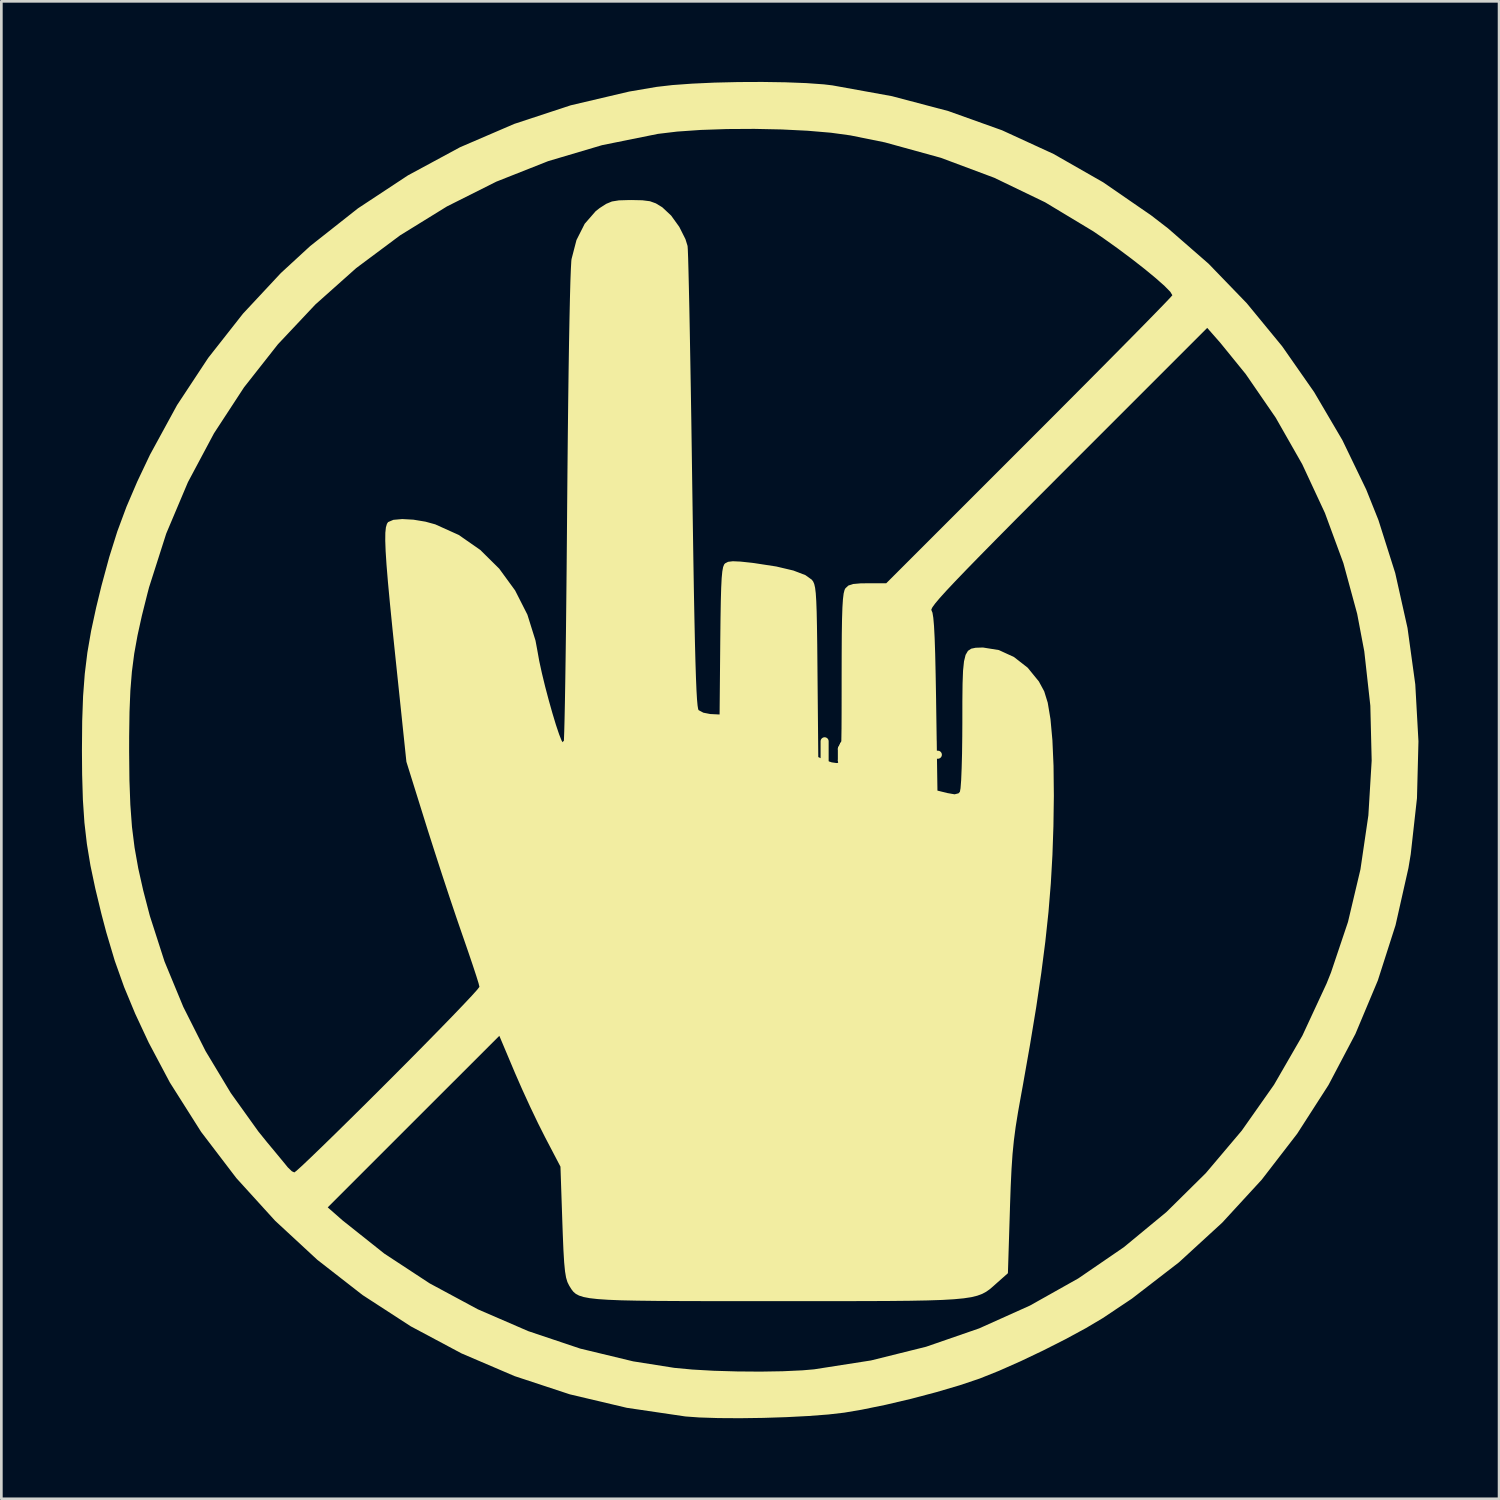
<source format=kicad_pcb>
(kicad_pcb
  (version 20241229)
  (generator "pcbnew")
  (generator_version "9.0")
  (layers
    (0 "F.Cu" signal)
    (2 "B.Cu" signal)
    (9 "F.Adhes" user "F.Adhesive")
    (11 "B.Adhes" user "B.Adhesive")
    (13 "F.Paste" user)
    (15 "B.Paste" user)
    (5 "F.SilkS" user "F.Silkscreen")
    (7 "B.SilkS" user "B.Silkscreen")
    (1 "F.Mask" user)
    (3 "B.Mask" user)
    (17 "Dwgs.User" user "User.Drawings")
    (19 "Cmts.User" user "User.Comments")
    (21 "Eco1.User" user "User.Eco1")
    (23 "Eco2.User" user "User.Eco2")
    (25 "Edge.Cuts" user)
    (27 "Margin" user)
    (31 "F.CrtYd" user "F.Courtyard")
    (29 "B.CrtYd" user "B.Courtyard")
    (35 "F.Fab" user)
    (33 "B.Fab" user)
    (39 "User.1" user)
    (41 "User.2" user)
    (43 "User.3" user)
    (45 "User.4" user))
  (footprint "doNotTouch4"
    (layer "F.Cu")
    (at 24.856 24.862)
    (property "Reference" "doNotTouch4" (at 0 0 0) (layer "F.SilkS") (effects (font (size 1.5 1.5) (thickness 0.3))))
    (attr board_only exclude_from_pos_files exclude_from_bom)
    (fp_poly (pts (xy 1.323 -24.849) (xy 2.103 -24.819) (xy 2.76 -24.772) (xy 3.077 -24.734) (xy 5.291 -24.333) (xy 7.391 -23.778) (xy 9.392 -23.062) (xy 11.308 -22.181) (xy 13.153 -21.127) (xy 14.942 -19.894) (xy 15.567 -19.412) (xy 17.075 -18.098) (xy 18.497 -16.627) (xy 19.814 -15.025) (xy 21.006 -13.318) (xy 22.056 -11.531) (xy 22.944 -9.691) (xy 23.399 -8.554) (xy 24.023 -6.585) (xy 24.481 -4.538) (xy 24.77 -2.44) (xy 24.888 -0.319) (xy 24.833 1.797) (xy 24.601 3.879) (xy 24.515 4.396) (xy 24.036 6.521) (xy 23.376 8.581) (xy 22.542 10.569) (xy 21.539 12.473) (xy 20.374 14.285) (xy 19.054 15.996) (xy 17.584 17.595) (xy 15.972 19.073) (xy 14.224 20.422) (xy 13.139 21.147) (xy 12.511 21.52) (xy 11.755 21.93) (xy 10.926 22.35) (xy 10.082 22.752) (xy 9.276 23.109) (xy 8.567 23.393) (xy 8.554 23.398) (xy 7.817 23.646) (xy 6.948 23.902) (xy 6.009 24.15) (xy 5.061 24.373) (xy 4.167 24.556) (xy 3.517 24.666) (xy 2.928 24.734) (xy 2.196 24.79) (xy 1.372 24.833) (xy 0.504 24.861) (xy -0.361 24.873) (xy -1.172 24.868) (xy -1.882 24.845) (xy -2.393 24.808) (xy -4.576 24.486) (xy -6.699 23.984) (xy -8.753 23.306) (xy -10.73 22.46) (xy -12.619 21.452) (xy -14.411 20.289) (xy -16.096 18.977) (xy -17.666 17.524) (xy -18.119 17.026) (xy -15.708 17.026) (xy -15.157 17.51) (xy -13.6 18.748) (xy -11.913 19.855) (xy -10.12 20.82) (xy -8.245 21.632) (xy -6.31 22.282) (xy -4.339 22.757) (xy -2.808 22.999) (xy -2.136 23.062) (xy -1.34 23.107) (xy -0.478 23.132) (xy 0.397 23.139) (xy 1.228 23.125) (xy 1.96 23.091) (xy 2.393 23.054) (xy 4.512 22.723) (xy 6.563 22.213) (xy 8.538 21.53) (xy 10.429 20.68) (xy 12.227 19.67) (xy 13.923 18.508) (xy 15.508 17.199) (xy 16.974 15.751) (xy 18.311 14.17) (xy 19.512 12.463) (xy 20.567 10.636) (xy 21.468 8.696) (xy 21.633 8.284) (xy 22.265 6.404) (xy 22.729 4.447) (xy 23.024 2.436) (xy 23.147 0.397) (xy 23.097 -1.647) (xy 22.872 -3.669) (xy 22.607 -5.067) (xy 22.094 -6.953) (xy 21.407 -8.819) (xy 20.562 -10.634) (xy 19.574 -12.368) (xy 18.459 -13.989) (xy 17.51 -15.157) (xy 17.026 -15.708) (xy 11.832 -10.514) (xy 10.833 -9.513) (xy 9.965 -8.642) (xy 9.221 -7.891) (xy 8.592 -7.252) (xy 8.07 -6.717) (xy 7.649 -6.279) (xy 7.318 -5.927) (xy 7.072 -5.655) (xy 6.902 -5.453) (xy 6.8 -5.314) (xy 6.758 -5.229) (xy 6.763 -5.195) (xy 6.8 -5.108) (xy 6.831 -4.918) (xy 6.858 -4.608) (xy 6.881 -4.165) (xy 6.901 -3.572) (xy 6.918 -2.816) (xy 6.935 -1.881) (xy 6.936 -1.778) (xy 6.985 1.514) (xy 7.358 1.606) (xy 7.624 1.652) (xy 7.77 1.615) (xy 7.821 1.558) (xy 7.845 1.424) (xy 7.868 1.124) (xy 7.886 0.684) (xy 7.901 0.134) (xy 7.909 -0.498) (xy 7.912 -1.018) (xy 7.913 -1.828) (xy 7.92 -2.465) (xy 7.938 -2.948) (xy 7.974 -3.298) (xy 8.033 -3.538) (xy 8.121 -3.688) (xy 8.244 -3.769) (xy 8.408 -3.803) (xy 8.618 -3.81) (xy 8.691 -3.81) (xy 9.27 -3.717) (xy 9.834 -3.458) (xy 10.344 -3.06) (xy 10.76 -2.549) (xy 10.959 -2.181) (xy 11.09 -1.758) (xy 11.192 -1.148) (xy 11.264 -0.362) (xy 11.306 0.594) (xy 11.318 1.712) (xy 11.302 2.833) (xy 11.265 3.909) (xy 11.205 4.966) (xy 11.118 6.032) (xy 11 7.137) (xy 10.849 8.308) (xy 10.661 9.577) (xy 10.431 10.97) (xy 10.158 12.519) (xy 10.098 12.847) (xy 9.984 13.484) (xy 9.896 14.031) (xy 9.83 14.535) (xy 9.78 15.042) (xy 9.742 15.601) (xy 9.711 16.259) (xy 9.683 17.063) (xy 9.683 17.09) (xy 9.608 19.476) (xy 9.196 19.841) (xy 9.056 19.966) (xy 8.928 20.075) (xy 8.796 20.168) (xy 8.648 20.247) (xy 8.469 20.313) (xy 8.245 20.368) (xy 7.961 20.411) (xy 7.604 20.445) (xy 7.159 20.471) (xy 6.612 20.489) (xy 5.949 20.502) (xy 5.156 20.51) (xy 4.219 20.514) (xy 3.123 20.515) (xy 1.854 20.515) (xy 1.005 20.515) (xy -0.369 20.515) (xy -1.562 20.515) (xy -2.586 20.512) (xy -3.456 20.507) (xy -4.184 20.498) (xy -4.785 20.485) (xy -5.273 20.465) (xy -5.659 20.439) (xy -5.959 20.405) (xy -6.186 20.362) (xy -6.353 20.309) (xy -6.474 20.245) (xy -6.563 20.169) (xy -6.633 20.08) (xy -6.697 19.978) (xy -6.724 19.933) (xy -6.787 19.806) (xy -6.837 19.639) (xy -6.876 19.405) (xy -6.908 19.076) (xy -6.935 18.624) (xy -6.96 18.022) (xy -6.976 17.571) (xy -7.046 15.509) (xy -7.615 14.422) (xy -7.877 13.902) (xy -8.176 13.277) (xy -8.475 12.624) (xy -8.74 12.019) (xy -8.753 11.988) (xy -9.321 10.641) (xy -12.515 13.833) (xy -15.708 17.026) (xy -18.119 17.026) (xy -19.11 15.935) (xy -20.419 14.218) (xy -21.584 12.378) (xy -22.372 10.893) (xy -22.874 9.818) (xy -23.286 8.826) (xy -23.636 7.843) (xy -23.949 6.793) (xy -24.129 6.112) (xy -24.36 5.154) (xy -24.54 4.3) (xy -24.672 3.501) (xy -24.764 2.704) (xy -24.821 1.858) (xy -24.849 0.912) (xy -24.856 0.049) (xy -23.1 0.049) (xy -23.089 1.119) (xy -23.055 2.042) (xy -22.994 2.866) (xy -22.897 3.639) (xy -22.76 4.409) (xy -22.577 5.224) (xy -22.341 6.131) (xy -22.324 6.192) (xy -21.782 7.876) (xy -21.084 9.564) (xy -20.255 11.209) (xy -19.316 12.769) (xy -18.291 14.2) (xy -17.963 14.606) (xy -17.68 14.946) (xy -17.431 15.247) (xy -17.251 15.466) (xy -17.194 15.537) (xy -17.043 15.682) (xy -16.95 15.725) (xy -16.864 15.658) (xy -16.653 15.467) (xy -16.333 15.163) (xy -15.915 14.76) (xy -15.414 14.272) (xy -14.844 13.711) (xy -14.217 13.091) (xy -13.549 12.425) (xy -13.458 12.334) (xy -12.786 11.66) (xy -12.159 11.026) (xy -11.589 10.445) (xy -11.089 9.931) (xy -10.674 9.498) (xy -10.355 9.159) (xy -10.147 8.928) (xy -10.063 8.82) (xy -10.062 8.816) (xy -10.093 8.688) (xy -10.18 8.408) (xy -10.313 8.004) (xy -10.481 7.508) (xy -10.674 6.95) (xy -10.693 6.896) (xy -10.915 6.252) (xy -11.175 5.48) (xy -11.453 4.638) (xy -11.729 3.786) (xy -11.986 2.982) (xy -12.052 2.771) (xy -12.78 0.44) (xy -13.18 -3.37) (xy -13.298 -4.503) (xy -13.393 -5.457) (xy -13.467 -6.247) (xy -13.52 -6.89) (xy -13.553 -7.399) (xy -13.567 -7.791) (xy -13.564 -8.081) (xy -13.543 -8.283) (xy -13.505 -8.414) (xy -13.462 -8.48) (xy -13.265 -8.564) (xy -12.933 -8.593) (xy -12.518 -8.57) (xy -12.071 -8.496) (xy -11.707 -8.396) (xy -10.831 -8.001) (xy -10.03 -7.443) (xy -9.325 -6.746) (xy -8.734 -5.936) (xy -8.277 -5.036) (xy -7.975 -4.071) (xy -7.904 -3.69) (xy -7.836 -3.31) (xy -7.737 -2.857) (xy -7.617 -2.362) (xy -7.483 -1.855) (xy -7.346 -1.369) (xy -7.215 -0.935) (xy -7.097 -0.583) (xy -7.003 -0.346) (xy -6.941 -0.255) (xy -6.926 -0.268) (xy -6.916 -0.39) (xy -6.905 -0.693) (xy -6.893 -1.162) (xy -6.88 -1.785) (xy -6.867 -2.545) (xy -6.854 -3.429) (xy -6.841 -4.422) (xy -6.829 -5.511) (xy -6.817 -6.68) (xy -6.806 -7.916) (xy -6.797 -9.038) (xy -6.785 -10.42) (xy -6.772 -11.735) (xy -6.758 -12.968) (xy -6.743 -14.107) (xy -6.727 -15.137) (xy -6.71 -16.046) (xy -6.693 -16.82) (xy -6.676 -17.446) (xy -6.658 -17.909) (xy -6.642 -18.197) (xy -6.634 -18.268) (xy -6.45 -18.977) (xy -6.144 -19.583) (xy -5.732 -20.055) (xy -5.584 -20.17) (xy -5.345 -20.324) (xy -5.13 -20.413) (xy -4.87 -20.455) (xy -4.497 -20.466) (xy -4.404 -20.467) (xy -3.996 -20.458) (xy -3.715 -20.422) (xy -3.496 -20.343) (xy -3.269 -20.205) (xy -3.253 -20.194) (xy -2.926 -19.888) (xy -2.623 -19.467) (xy -2.394 -19.011) (xy -2.315 -18.757) (xy -2.306 -18.624) (xy -2.294 -18.311) (xy -2.281 -17.831) (xy -2.266 -17.2) (xy -2.249 -16.432) (xy -2.232 -15.542) (xy -2.214 -14.544) (xy -2.195 -13.452) (xy -2.176 -12.283) (xy -2.158 -11.049) (xy -2.144 -10.062) (xy -2.121 -8.5) (xy -2.1 -7.123) (xy -2.08 -5.922) (xy -2.06 -4.888) (xy -2.041 -4.012) (xy -2.022 -3.283) (xy -2.003 -2.692) (xy -1.984 -2.23) (xy -1.964 -1.887) (xy -1.943 -1.654) (xy -1.921 -1.52) (xy -1.905 -1.481) (xy -1.727 -1.386) (xy -1.466 -1.335) (xy -1.453 -1.335) (xy -1.123 -1.319) (xy -1.098 -4.068) (xy -1.089 -4.888) (xy -1.078 -5.535) (xy -1.064 -6.029) (xy -1.046 -6.391) (xy -1.022 -6.643) (xy -0.992 -6.807) (xy -0.953 -6.904) (xy -0.918 -6.944) (xy -0.808 -7.001) (xy -0.63 -7.023) (xy -0.345 -7.01) (xy 0.087 -6.964) (xy 0.17 -6.953) (xy 0.989 -6.827) (xy 1.624 -6.677) (xy 2.071 -6.506) (xy 2.308 -6.336) (xy 2.359 -6.269) (xy 2.399 -6.177) (xy 2.431 -6.038) (xy 2.456 -5.833) (xy 2.475 -5.539) (xy 2.49 -5.137) (xy 2.501 -4.605) (xy 2.511 -3.922) (xy 2.519 -3.068) (xy 2.52 -2.934) (xy 2.55 0.266) (xy 2.794 0.377) (xy 3.051 0.463) (xy 3.228 0.488) (xy 3.281 0.482) (xy 3.323 0.45) (xy 3.355 0.373) (xy 3.379 0.23) (xy 3.397 0.001) (xy 3.408 -0.332) (xy 3.415 -0.79) (xy 3.418 -1.393) (xy 3.419 -2.16) (xy 3.419 -2.668) (xy 3.421 -3.57) (xy 3.425 -4.296) (xy 3.434 -4.865) (xy 3.448 -5.296) (xy 3.468 -5.608) (xy 3.494 -5.822) (xy 3.528 -5.955) (xy 3.558 -6.014) (xy 3.668 -6.117) (xy 3.841 -6.175) (xy 4.127 -6.2) (xy 4.388 -6.203) (xy 5.079 -6.203) (xy 10.404 -11.527) (xy 11.249 -12.373) (xy 12.052 -13.179) (xy 12.804 -13.935) (xy 13.493 -14.63) (xy 14.109 -15.253) (xy 14.642 -15.794) (xy 15.08 -16.242) (xy 15.414 -16.586) (xy 15.633 -16.816) (xy 15.726 -16.92) (xy 15.728 -16.925) (xy 15.652 -17.051) (xy 15.439 -17.268) (xy 15.112 -17.558) (xy 14.697 -17.9) (xy 14.216 -18.276) (xy 13.695 -18.665) (xy 13.157 -19.049) (xy 12.783 -19.304) (xy 10.992 -20.383) (xy 9.101 -21.295) (xy 7.114 -22.038) (xy 5.032 -22.612) (xy 3.745 -22.873) (xy 3.022 -22.972) (xy 2.153 -23.046) (xy 1.186 -23.094) (xy 0.17 -23.115) (xy -0.848 -23.109) (xy -1.821 -23.076) (xy -2.7 -23.015) (xy -3.419 -22.929) (xy -5.498 -22.509) (xy -7.505 -21.914) (xy -9.433 -21.151) (xy -11.272 -20.228) (xy -13.013 -19.153) (xy -14.648 -17.934) (xy -16.167 -16.58) (xy -17.562 -15.098) (xy -18.823 -13.496) (xy -19.942 -11.783) (xy -20.911 -9.966) (xy -21.719 -8.053) (xy -22.358 -6.053) (xy -22.416 -5.832) (xy -22.625 -4.999) (xy -22.787 -4.265) (xy -22.91 -3.585) (xy -22.997 -2.913) (xy -23.054 -2.205) (xy -23.086 -1.416) (xy -23.099 -0.5) (xy -23.1 0.049) (xy -24.856 0.049) (xy -24.856 -0.000001) (xy -24.847 -1.07) (xy -24.814 -1.997) (xy -24.751 -2.831) (xy -24.654 -3.625) (xy -24.515 -4.43) (xy -24.328 -5.296) (xy -24.129 -6.112) (xy -23.841 -7.175) (xy -23.54 -8.132) (xy -23.199 -9.05) (xy -22.794 -9.995) (xy -22.322 -10.99) (xy -21.316 -12.834) (xy -20.156 -14.592) (xy -18.862 -16.238) (xy -17.451 -17.751) (xy -16.359 -18.756) (xy -14.582 -20.158) (xy -12.723 -21.384) (xy -10.783 -22.432) (xy -8.764 -23.301) (xy -6.665 -23.992) (xy -4.489 -24.504) (xy -3.468 -24.678) (xy -2.878 -24.746) (xy -2.146 -24.799) (xy -1.315 -24.837) (xy -0.431 -24.858) (xy 0.464 -24.862)) (stroke (width 0) (type solid)) (fill yes) (layer "F.SilkS")))
  (gr_rect
    (start -3 -3)
    (end 52.745 52.735)
    (stroke (width 0.1) (type default))
    (fill no)
    (layer "Edge.Cuts")))
</source>
